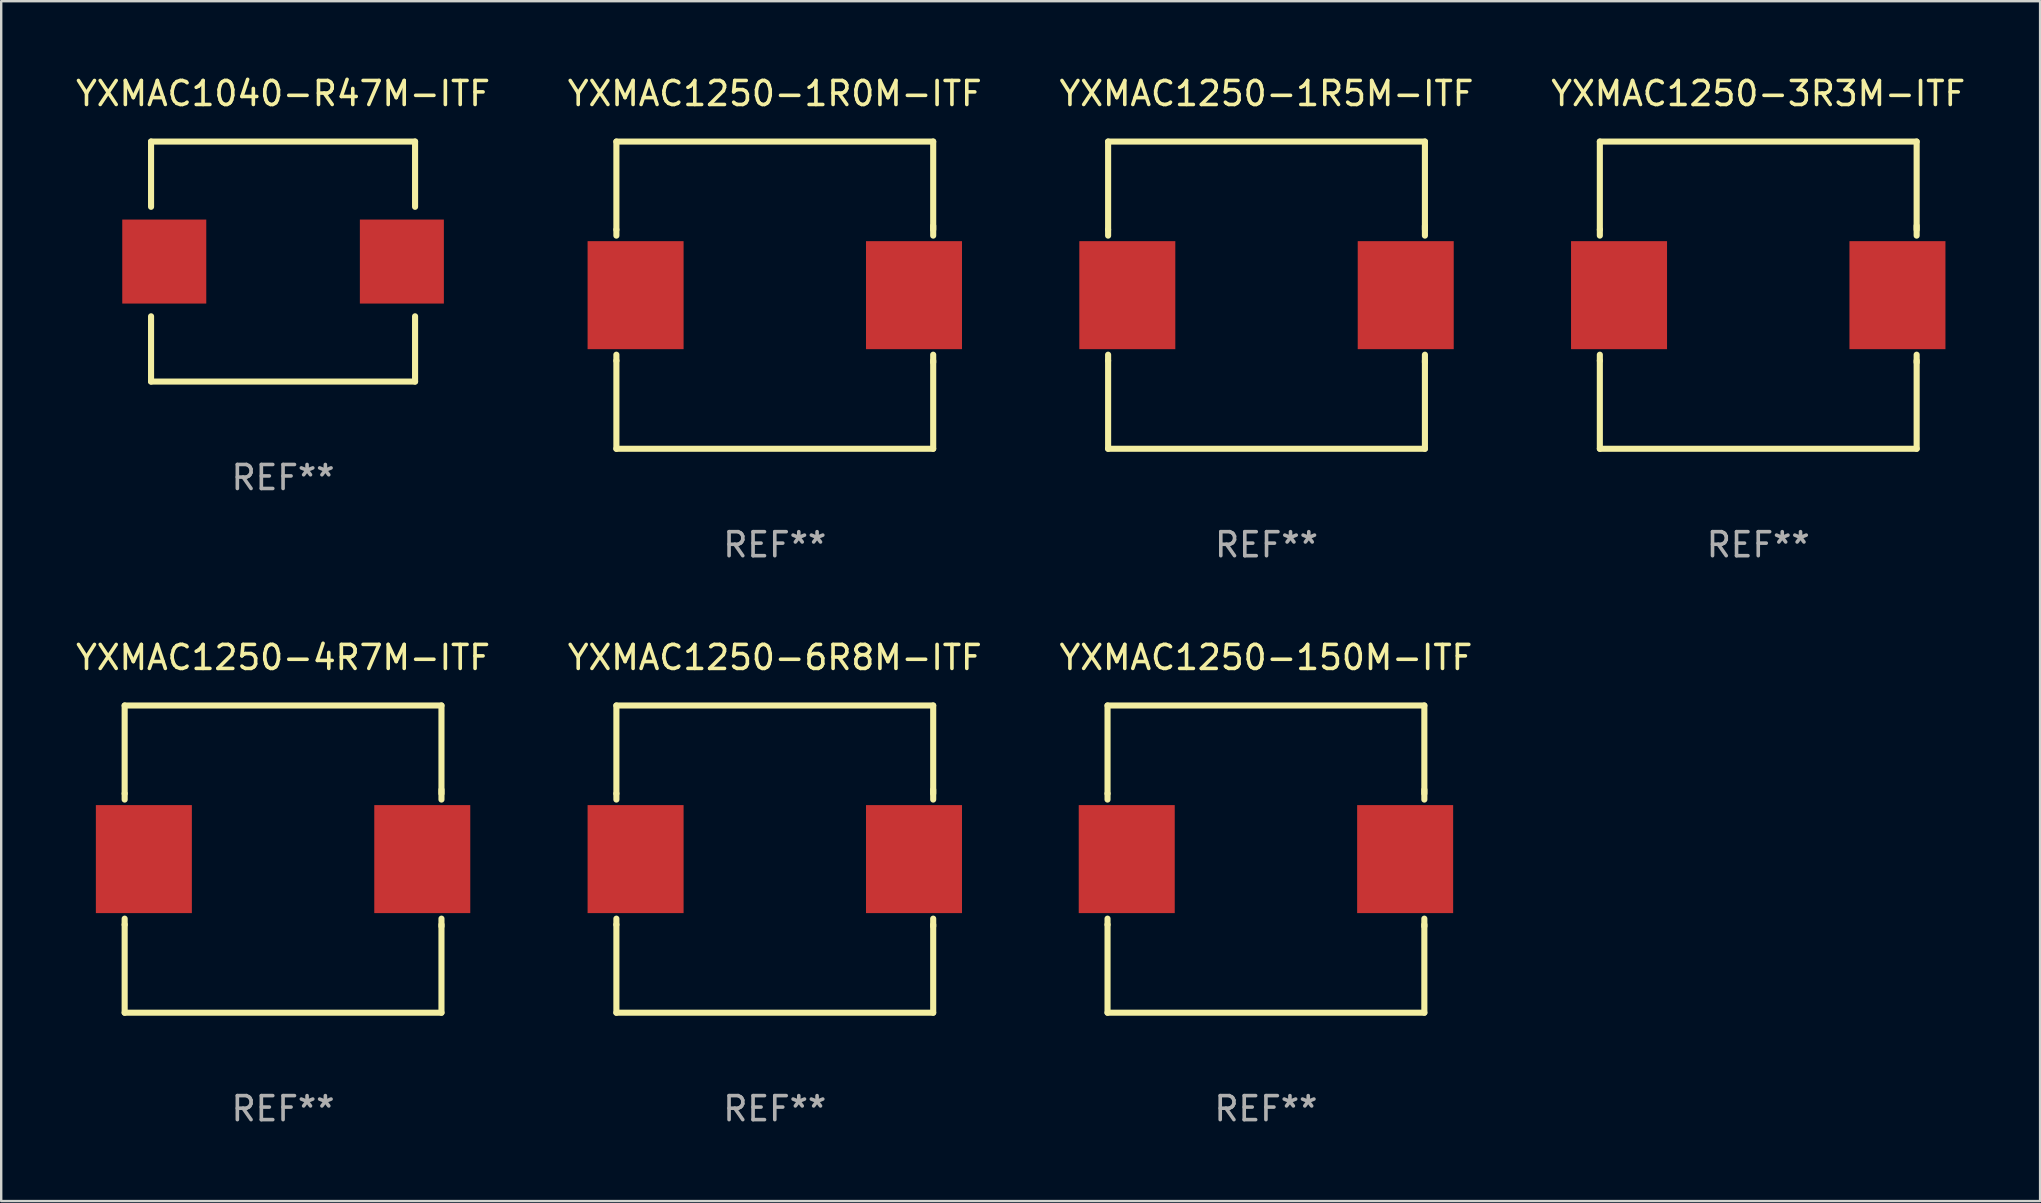
<source format=kicad_pcb>
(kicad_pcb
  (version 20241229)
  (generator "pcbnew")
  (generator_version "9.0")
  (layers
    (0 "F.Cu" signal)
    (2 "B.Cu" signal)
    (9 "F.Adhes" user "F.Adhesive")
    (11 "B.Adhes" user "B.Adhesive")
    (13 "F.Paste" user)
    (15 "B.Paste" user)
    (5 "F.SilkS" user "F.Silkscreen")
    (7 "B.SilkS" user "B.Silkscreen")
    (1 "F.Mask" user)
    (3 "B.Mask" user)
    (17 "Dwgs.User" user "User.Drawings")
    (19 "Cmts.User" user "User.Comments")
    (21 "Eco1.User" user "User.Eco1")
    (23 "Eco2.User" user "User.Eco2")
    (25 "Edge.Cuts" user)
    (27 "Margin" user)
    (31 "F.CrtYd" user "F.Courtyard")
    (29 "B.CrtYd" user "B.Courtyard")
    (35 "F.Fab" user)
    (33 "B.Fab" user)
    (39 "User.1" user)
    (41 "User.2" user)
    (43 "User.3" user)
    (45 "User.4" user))
  (footprint "YXMAC1250-150M-ITF"
    (layer "F.Cu")
    (at 49.696 32.745)
    (property "Reference" "YXMAC1250-150M-ITF" (at 0 -8.4 0) (layer "F.SilkS") (effects (font (size 1 1) (thickness 0.15))))
    (attr through_hole)
    (fp_line (start -6.6 -6.4) (end -6.6 -2.731) (stroke (width 0.254) (type solid)) (layer "F.SilkS"))
    (fp_line (start -6.6 -6.4) (end 6.6 -6.4) (stroke (width 0.254) (type solid)) (layer "F.SilkS"))
    (fp_line (start -6.6 -2.481) (end -6.6 -2.731) (stroke (width 0.254) (type solid)) (layer "F.SilkS"))
    (fp_line (start -6.6 2.731) (end -6.6 2.481) (stroke (width 0.254) (type solid)) (layer "F.SilkS"))
    (fp_line (start -6.6 2.731) (end -6.6 6.4) (stroke (width 0.254) (type solid)) (layer "F.SilkS"))
    (fp_line (start 6.6 -6.4) (end 6.6 -2.731) (stroke (width 0.254) (type solid)) (layer "F.SilkS"))
    (fp_line (start 6.6 -2.891) (end 6.6 -2.481) (stroke (width 0.254) (type solid)) (layer "F.SilkS"))
    (fp_line (start 6.6 2.481) (end 6.6 2.798) (stroke (width 0.254) (type solid)) (layer "F.SilkS"))
    (fp_line (start 6.6 2.731) (end 6.6 6.4) (stroke (width 0.254) (type solid)) (layer "F.SilkS"))
    (fp_line (start 6.6 6.4) (end -6.6 6.4) (stroke (width 0.254) (type solid)) (layer "F.SilkS"))
    (fp_circle (center -6.6 6.4) (end -6.57 6.4) (stroke (width 0.06) (type solid)) (fill no) (layer "F.SilkS"))
    (fp_text user "REF**" (at 0 10.4 0) (layer "F.Fab") (effects (font (size 1 1) (thickness 0.15))))
    (pad "1" smd rect (at -5.8 0) (size 4 4.5) (layers "F.Cu" "F.Mask" "F.Paste"))
    (pad "2" smd rect (at 5.8 0) (size 4 4.5) (layers "F.Cu" "F.Mask" "F.Paste")))
  (footprint "YXMAC1040-R47M-ITF"
    (layer "F.Cu")
    (at 8.744 7.848)
    (property "Reference" "YXMAC1040-R47M-ITF" (at 0 -7 0) (layer "F.SilkS") (effects (font (size 1 1) (thickness 0.15))))
    (attr through_hole)
    (fp_line (start -5.5 -5) (end 5.5 -5) (stroke (width 0.254) (type solid)) (layer "F.SilkS"))
    (fp_line (start -5.5 -2.281) (end -5.5 -5) (stroke (width 0.254) (type solid)) (layer "F.SilkS"))
    (fp_line (start -5.5 5) (end -5.5 2.281) (stroke (width 0.254) (type solid)) (layer "F.SilkS"))
    (fp_line (start -5.5 5) (end 5.5 5) (stroke (width 0.254) (type solid)) (layer "F.SilkS"))
    (fp_line (start 5.5 -2.281) (end 5.5 -5) (stroke (width 0.254) (type solid)) (layer "F.SilkS"))
    (fp_line (start 5.5 5) (end 5.5 2.281) (stroke (width 0.254) (type solid)) (layer "F.SilkS"))
    (fp_circle (center -5.5 5) (end -5.47 5) (stroke (width 0.06) (type solid)) (fill no) (layer "F.SilkS"))
    (fp_text user "REF**" (at 0 9 0) (layer "F.Fab") (effects (font (size 1 1) (thickness 0.15))))
    (pad "1" smd rect (at -4.95 0 90) (size 3.5 3.5) (layers "F.Cu" "F.Mask" "F.Paste"))
    (pad "2" smd rect (at 4.95 0 270) (size 3.5 3.5) (layers "F.Cu" "F.Mask" "F.Paste")))
  (footprint "YXMAC1250-1R0M-ITF"
    (layer "F.Cu")
    (at 29.232 9.248)
    (property "Reference" "YXMAC1250-1R0M-ITF" (at 0 -8.4 0) (layer "F.SilkS") (effects (font (size 1 1) (thickness 0.15))))
    (attr through_hole)
    (fp_line (start -6.6 -6.4) (end -6.6 -2.731) (stroke (width 0.254) (type solid)) (layer "F.SilkS"))
    (fp_line (start -6.6 -6.4) (end 6.6 -6.4) (stroke (width 0.254) (type solid)) (layer "F.SilkS"))
    (fp_line (start -6.6 -2.481) (end -6.6 -2.731) (stroke (width 0.254) (type solid)) (layer "F.SilkS"))
    (fp_line (start -6.6 2.731) (end -6.6 2.481) (stroke (width 0.254) (type solid)) (layer "F.SilkS"))
    (fp_line (start -6.6 2.731) (end -6.6 6.4) (stroke (width 0.254) (type solid)) (layer "F.SilkS"))
    (fp_line (start 6.6 -6.4) (end 6.6 -2.731) (stroke (width 0.254) (type solid)) (layer "F.SilkS"))
    (fp_line (start 6.6 -2.891) (end 6.6 -2.481) (stroke (width 0.254) (type solid)) (layer "F.SilkS"))
    (fp_line (start 6.6 2.481) (end 6.6 2.798) (stroke (width 0.254) (type solid)) (layer "F.SilkS"))
    (fp_line (start 6.6 2.731) (end 6.6 6.4) (stroke (width 0.254) (type solid)) (layer "F.SilkS"))
    (fp_line (start 6.6 6.4) (end -6.6 6.4) (stroke (width 0.254) (type solid)) (layer "F.SilkS"))
    (fp_circle (center -6.6 6.4) (end -6.57 6.4) (stroke (width 0.06) (type solid)) (fill no) (layer "F.SilkS"))
    (fp_text user "REF**" (at 0 10.4 0) (layer "F.Fab") (effects (font (size 1 1) (thickness 0.15))))
    (pad "1" smd rect (at -5.8 0) (size 4 4.5) (layers "F.Cu" "F.Mask" "F.Paste"))
    (pad "2" smd rect (at 5.8 0) (size 4 4.5) (layers "F.Cu" "F.Mask" "F.Paste")))
  (footprint "YXMAC1250-3R3M-ITF"
    (layer "F.Cu")
    (at 70.208 9.248)
    (property "Reference" "YXMAC1250-3R3M-ITF" (at 0 -8.4 0) (layer "F.SilkS") (effects (font (size 1 1) (thickness 0.15))))
    (attr through_hole)
    (fp_line (start -6.6 -6.4) (end -6.6 -2.731) (stroke (width 0.254) (type solid)) (layer "F.SilkS"))
    (fp_line (start -6.6 -6.4) (end 6.6 -6.4) (stroke (width 0.254) (type solid)) (layer "F.SilkS"))
    (fp_line (start -6.6 -2.481) (end -6.6 -2.731) (stroke (width 0.254) (type solid)) (layer "F.SilkS"))
    (fp_line (start -6.6 2.731) (end -6.6 2.481) (stroke (width 0.254) (type solid)) (layer "F.SilkS"))
    (fp_line (start -6.6 2.731) (end -6.6 6.4) (stroke (width 0.254) (type solid)) (layer "F.SilkS"))
    (fp_line (start 6.6 -6.4) (end 6.6 -2.731) (stroke (width 0.254) (type solid)) (layer "F.SilkS"))
    (fp_line (start 6.6 -2.891) (end 6.6 -2.481) (stroke (width 0.254) (type solid)) (layer "F.SilkS"))
    (fp_line (start 6.6 2.481) (end 6.6 2.798) (stroke (width 0.254) (type solid)) (layer "F.SilkS"))
    (fp_line (start 6.6 2.731) (end 6.6 6.4) (stroke (width 0.254) (type solid)) (layer "F.SilkS"))
    (fp_line (start 6.6 6.4) (end -6.6 6.4) (stroke (width 0.254) (type solid)) (layer "F.SilkS"))
    (fp_circle (center -6.6 6.4) (end -6.57 6.4) (stroke (width 0.06) (type solid)) (fill no) (layer "F.SilkS"))
    (fp_text user "REF**" (at 0 10.4 0) (layer "F.Fab") (effects (font (size 1 1) (thickness 0.15))))
    (pad "1" smd rect (at -5.8 0) (size 4 4.5) (layers "F.Cu" "F.Mask" "F.Paste"))
    (pad "2" smd rect (at 5.8 0) (size 4 4.5) (layers "F.Cu" "F.Mask" "F.Paste")))
  (footprint "YXMAC1250-1R5M-ITF"
    (layer "F.Cu")
    (at 49.72 9.248)
    (property "Reference" "YXMAC1250-1R5M-ITF" (at 0 -8.4 0) (layer "F.SilkS") (effects (font (size 1 1) (thickness 0.15))))
    (attr through_hole)
    (fp_line (start -6.6 -6.4) (end -6.6 -2.731) (stroke (width 0.254) (type solid)) (layer "F.SilkS"))
    (fp_line (start -6.6 -6.4) (end 6.6 -6.4) (stroke (width 0.254) (type solid)) (layer "F.SilkS"))
    (fp_line (start -6.6 -2.481) (end -6.6 -2.731) (stroke (width 0.254) (type solid)) (layer "F.SilkS"))
    (fp_line (start -6.6 2.731) (end -6.6 2.481) (stroke (width 0.254) (type solid)) (layer "F.SilkS"))
    (fp_line (start -6.6 2.731) (end -6.6 6.4) (stroke (width 0.254) (type solid)) (layer "F.SilkS"))
    (fp_line (start 6.6 -6.4) (end 6.6 -2.731) (stroke (width 0.254) (type solid)) (layer "F.SilkS"))
    (fp_line (start 6.6 -2.891) (end 6.6 -2.481) (stroke (width 0.254) (type solid)) (layer "F.SilkS"))
    (fp_line (start 6.6 2.481) (end 6.6 2.798) (stroke (width 0.254) (type solid)) (layer "F.SilkS"))
    (fp_line (start 6.6 2.731) (end 6.6 6.4) (stroke (width 0.254) (type solid)) (layer "F.SilkS"))
    (fp_line (start 6.6 6.4) (end -6.6 6.4) (stroke (width 0.254) (type solid)) (layer "F.SilkS"))
    (fp_circle (center -6.6 6.4) (end -6.57 6.4) (stroke (width 0.06) (type solid)) (fill no) (layer "F.SilkS"))
    (fp_text user "REF**" (at 0 10.4 0) (layer "F.Fab") (effects (font (size 1 1) (thickness 0.15))))
    (pad "1" smd rect (at -5.8 0) (size 4 4.5) (layers "F.Cu" "F.Mask" "F.Paste"))
    (pad "2" smd rect (at 5.8 0) (size 4 4.5) (layers "F.Cu" "F.Mask" "F.Paste")))
  (footprint "YXMAC1250-6R8M-ITF"
    (layer "F.Cu")
    (at 29.232 32.745)
    (property "Reference" "YXMAC1250-6R8M-ITF" (at 0 -8.4 0) (layer "F.SilkS") (effects (font (size 1 1) (thickness 0.15))))
    (attr through_hole)
    (fp_line (start -6.6 -6.4) (end -6.6 -2.731) (stroke (width 0.254) (type solid)) (layer "F.SilkS"))
    (fp_line (start -6.6 -6.4) (end 6.6 -6.4) (stroke (width 0.254) (type solid)) (layer "F.SilkS"))
    (fp_line (start -6.6 -2.481) (end -6.6 -2.731) (stroke (width 0.254) (type solid)) (layer "F.SilkS"))
    (fp_line (start -6.6 2.731) (end -6.6 2.481) (stroke (width 0.254) (type solid)) (layer "F.SilkS"))
    (fp_line (start -6.6 2.731) (end -6.6 6.4) (stroke (width 0.254) (type solid)) (layer "F.SilkS"))
    (fp_line (start 6.6 -6.4) (end 6.6 -2.731) (stroke (width 0.254) (type solid)) (layer "F.SilkS"))
    (fp_line (start 6.6 -2.891) (end 6.6 -2.481) (stroke (width 0.254) (type solid)) (layer "F.SilkS"))
    (fp_line (start 6.6 2.481) (end 6.6 2.798) (stroke (width 0.254) (type solid)) (layer "F.SilkS"))
    (fp_line (start 6.6 2.731) (end 6.6 6.4) (stroke (width 0.254) (type solid)) (layer "F.SilkS"))
    (fp_line (start 6.6 6.4) (end -6.6 6.4) (stroke (width 0.254) (type solid)) (layer "F.SilkS"))
    (fp_circle (center -6.6 6.4) (end -6.57 6.4) (stroke (width 0.06) (type solid)) (fill no) (layer "F.SilkS"))
    (fp_text user "REF**" (at 0 10.4 0) (layer "F.Fab") (effects (font (size 1 1) (thickness 0.15))))
    (pad "1" smd rect (at -5.8 0) (size 4 4.5) (layers "F.Cu" "F.Mask" "F.Paste"))
    (pad "2" smd rect (at 5.8 0) (size 4 4.5) (layers "F.Cu" "F.Mask" "F.Paste")))
  (footprint "YXMAC1250-4R7M-ITF"
    (layer "F.Cu")
    (at 8.744 32.745)
    (property "Reference" "YXMAC1250-4R7M-ITF" (at 0 -8.4 0) (layer "F.SilkS") (effects (font (size 1 1) (thickness 0.15))))
    (attr through_hole)
    (fp_line (start -6.6 -6.4) (end -6.6 -2.731) (stroke (width 0.254) (type solid)) (layer "F.SilkS"))
    (fp_line (start -6.6 -6.4) (end 6.6 -6.4) (stroke (width 0.254) (type solid)) (layer "F.SilkS"))
    (fp_line (start -6.6 -2.481) (end -6.6 -2.731) (stroke (width 0.254) (type solid)) (layer "F.SilkS"))
    (fp_line (start -6.6 2.731) (end -6.6 2.481) (stroke (width 0.254) (type solid)) (layer "F.SilkS"))
    (fp_line (start -6.6 2.731) (end -6.6 6.4) (stroke (width 0.254) (type solid)) (layer "F.SilkS"))
    (fp_line (start 6.6 -6.4) (end 6.6 -2.731) (stroke (width 0.254) (type solid)) (layer "F.SilkS"))
    (fp_line (start 6.6 -2.891) (end 6.6 -2.481) (stroke (width 0.254) (type solid)) (layer "F.SilkS"))
    (fp_line (start 6.6 2.481) (end 6.6 2.798) (stroke (width 0.254) (type solid)) (layer "F.SilkS"))
    (fp_line (start 6.6 2.731) (end 6.6 6.4) (stroke (width 0.254) (type solid)) (layer "F.SilkS"))
    (fp_line (start 6.6 6.4) (end -6.6 6.4) (stroke (width 0.254) (type solid)) (layer "F.SilkS"))
    (fp_circle (center -6.6 6.4) (end -6.57 6.4) (stroke (width 0.06) (type solid)) (fill no) (layer "F.SilkS"))
    (fp_text user "REF**" (at 0 10.4 0) (layer "F.Fab") (effects (font (size 1 1) (thickness 0.15))))
    (pad "1" smd rect (at -5.8 0) (size 4 4.5) (layers "F.Cu" "F.Mask" "F.Paste"))
    (pad "2" smd rect (at 5.8 0) (size 4 4.5) (layers "F.Cu" "F.Mask" "F.Paste")))
  (gr_rect
    (start -3 -3)
    (end 81.952 46.993)
    (stroke (width 0.1) (type default))
    (fill no)
    (layer "Edge.Cuts")))
</source>
